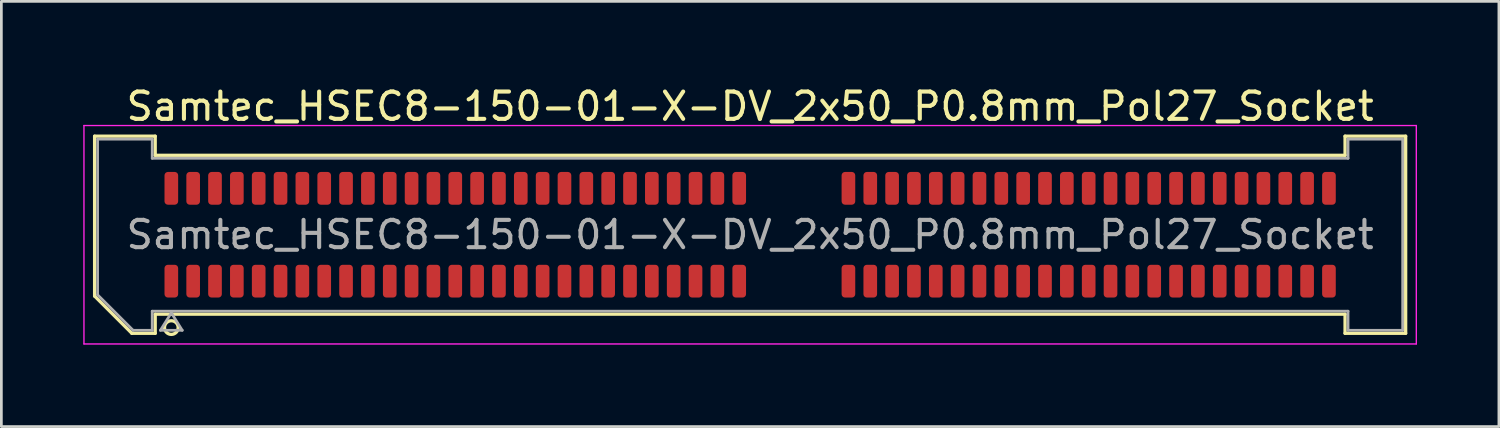
<source format=kicad_pcb>
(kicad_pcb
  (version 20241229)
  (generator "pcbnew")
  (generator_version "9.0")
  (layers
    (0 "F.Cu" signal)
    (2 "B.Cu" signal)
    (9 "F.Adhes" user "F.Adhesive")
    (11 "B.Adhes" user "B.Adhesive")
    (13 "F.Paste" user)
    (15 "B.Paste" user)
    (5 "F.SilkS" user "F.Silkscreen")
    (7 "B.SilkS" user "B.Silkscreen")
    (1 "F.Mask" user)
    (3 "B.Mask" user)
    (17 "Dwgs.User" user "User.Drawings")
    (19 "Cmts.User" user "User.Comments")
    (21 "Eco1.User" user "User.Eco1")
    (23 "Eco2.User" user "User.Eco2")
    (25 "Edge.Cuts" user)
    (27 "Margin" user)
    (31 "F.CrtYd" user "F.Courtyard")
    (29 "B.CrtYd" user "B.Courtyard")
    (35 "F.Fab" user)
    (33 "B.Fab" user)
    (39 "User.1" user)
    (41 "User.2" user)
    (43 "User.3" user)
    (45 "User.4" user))
  (footprint "Samtec_HSEC8-150-01-X-DV_2x50_P0.8mm_Pol27_Socket"
    (layer "F.Cu")
    (at 24.425 5.548)
    (property "Reference" "Samtec_HSEC8-150-01-X-DV_2x50_P0.8mm_Pol27_Socket" (at 0 -4.7 0) (layer "F.SilkS") (effects (font (size 1 1) (thickness 0.15))))
    (attr smd)
    (fp_line (start -24.01 -3.61) (end -21.79 -3.61) (stroke (width 0.12) (type solid)) (layer "F.SilkS"))
    (fp_line (start -24.01 2.246) (end -24.01 -3.61) (stroke (width 0.12) (type solid)) (layer "F.SilkS"))
    (fp_line (start -22.646 3.61) (end -24.01 2.246) (stroke (width 0.12) (type solid)) (layer "F.SilkS"))
    (fp_line (start -21.79 -3.61) (end -21.79 -2.91) (stroke (width 0.12) (type solid)) (layer "F.SilkS"))
    (fp_line (start -21.79 -2.91) (end 21.79 -2.91) (stroke (width 0.12) (type solid)) (layer "F.SilkS"))
    (fp_line (start -21.79 2.91) (end -21.79 3.61) (stroke (width 0.12) (type solid)) (layer "F.SilkS"))
    (fp_line (start -21.79 3.61) (end -22.646 3.61) (stroke (width 0.12) (type solid)) (layer "F.SilkS"))
    (fp_line (start 21.79 -3.61) (end 24.01 -3.61) (stroke (width 0.12) (type solid)) (layer "F.SilkS"))
    (fp_line (start 21.79 -2.91) (end 21.79 -3.61) (stroke (width 0.12) (type solid)) (layer "F.SilkS"))
    (fp_line (start 21.79 2.91) (end -21.79 2.91) (stroke (width 0.12) (type solid)) (layer "F.SilkS"))
    (fp_line (start 21.79 3.61) (end 21.79 2.91) (stroke (width 0.12) (type solid)) (layer "F.SilkS"))
    (fp_line (start 24.01 -3.61) (end 24.01 3.61) (stroke (width 0.12) (type solid)) (layer "F.SilkS"))
    (fp_line (start 24.01 3.61) (end 21.79 3.61) (stroke (width 0.12) (type solid)) (layer "F.SilkS"))
    (fp_circle (center -21.2 3.4) (end -20.95 3.4) (stroke (width 0.12) (type solid)) (fill no) (layer "F.SilkS"))
    (fp_line (start -24.4 -4) (end -24.4 4) (stroke (width 0.05) (type solid)) (layer "F.CrtYd"))
    (fp_line (start -24.4 4) (end 24.4 4) (stroke (width 0.05) (type solid)) (layer "F.CrtYd"))
    (fp_line (start 24.4 -4) (end -24.4 -4) (stroke (width 0.05) (type solid)) (layer "F.CrtYd"))
    (fp_line (start 24.4 4) (end 24.4 -4) (stroke (width 0.05) (type solid)) (layer "F.CrtYd"))
    (fp_line (start -23.9 -3.5) (end -21.9 -3.5) (stroke (width 0.1) (type solid)) (layer "F.Fab"))
    (fp_line (start -23.9 2.2) (end -23.9 -3.5) (stroke (width 0.1) (type solid)) (layer "F.Fab"))
    (fp_line (start -22.6 3.5) (end -23.9 2.2) (stroke (width 0.1) (type solid)) (layer "F.Fab"))
    (fp_line (start -21.9 -3.5) (end -21.9 -2.8) (stroke (width 0.1) (type solid)) (layer "F.Fab"))
    (fp_line (start -21.9 -2.8) (end 21.9 -2.8) (stroke (width 0.1) (type solid)) (layer "F.Fab"))
    (fp_line (start -21.9 2.8) (end -21.9 3.5) (stroke (width 0.1) (type solid)) (layer "F.Fab"))
    (fp_line (start -21.9 3.5) (end -22.6 3.5) (stroke (width 0.1) (type solid)) (layer "F.Fab"))
    (fp_line (start -21.6 3.5) (end -21.2 2.86) (stroke (width 0.1) (type solid)) (layer "F.Fab"))
    (fp_line (start -21.2 2.86) (end -20.8 3.5) (stroke (width 0.1) (type solid)) (layer "F.Fab"))
    (fp_line (start -20.8 3.5) (end -21.6 3.5) (stroke (width 0.1) (type solid)) (layer "F.Fab"))
    (fp_line (start 21.9 -3.5) (end 23.9 -3.5) (stroke (width 0.1) (type solid)) (layer "F.Fab"))
    (fp_line (start 21.9 -2.8) (end 21.9 -3.5) (stroke (width 0.1) (type solid)) (layer "F.Fab"))
    (fp_line (start 21.9 2.8) (end -21.9 2.8) (stroke (width 0.1) (type solid)) (layer "F.Fab"))
    (fp_line (start 21.9 3.5) (end 21.9 2.8) (stroke (width 0.1) (type solid)) (layer "F.Fab"))
    (fp_line (start 23.9 -3.5) (end 23.9 3.5) (stroke (width 0.1) (type solid)) (layer "F.Fab"))
    (fp_line (start 23.9 3.5) (end 21.9 3.5) (stroke (width 0.1) (type solid)) (layer "F.Fab"))
    (fp_text user "${REFERENCE}" (at 0 0 0) (layer "F.Fab") (effects (font (size 1 1) (thickness 0.15))))
    (pad "1" smd roundrect (at -21.2 1.7) (size 0.5 1.2) (layers "F.Cu" "F.Mask" "F.Paste") (roundrect_rratio 0.25))
    (pad "2" smd roundrect (at -21.2 -1.7) (size 0.5 1.2) (layers "F.Cu" "F.Mask" "F.Paste") (roundrect_rratio 0.25))
    (pad "3" smd roundrect (at -20.4 1.7) (size 0.5 1.2) (layers "F.Cu" "F.Mask" "F.Paste") (roundrect_rratio 0.25))
    (pad "4" smd roundrect (at -20.4 -1.7) (size 0.5 1.2) (layers "F.Cu" "F.Mask" "F.Paste") (roundrect_rratio 0.25))
    (pad "5" smd roundrect (at -19.6 1.7) (size 0.5 1.2) (layers "F.Cu" "F.Mask" "F.Paste") (roundrect_rratio 0.25))
    (pad "6" smd roundrect (at -19.6 -1.7) (size 0.5 1.2) (layers "F.Cu" "F.Mask" "F.Paste") (roundrect_rratio 0.25))
    (pad "7" smd roundrect (at -18.8 1.7) (size 0.5 1.2) (layers "F.Cu" "F.Mask" "F.Paste") (roundrect_rratio 0.25))
    (pad "8" smd roundrect (at -18.8 -1.7) (size 0.5 1.2) (layers "F.Cu" "F.Mask" "F.Paste") (roundrect_rratio 0.25))
    (pad "9" smd roundrect (at -18 1.7) (size 0.5 1.2) (layers "F.Cu" "F.Mask" "F.Paste") (roundrect_rratio 0.25))
    (pad "10" smd roundrect (at -18 -1.7) (size 0.5 1.2) (layers "F.Cu" "F.Mask" "F.Paste") (roundrect_rratio 0.25))
    (pad "11" smd roundrect (at -17.2 1.7) (size 0.5 1.2) (layers "F.Cu" "F.Mask" "F.Paste") (roundrect_rratio 0.25))
    (pad "12" smd roundrect (at -17.2 -1.7) (size 0.5 1.2) (layers "F.Cu" "F.Mask" "F.Paste") (roundrect_rratio 0.25))
    (pad "13" smd roundrect (at -16.4 1.7) (size 0.5 1.2) (layers "F.Cu" "F.Mask" "F.Paste") (roundrect_rratio 0.25))
    (pad "14" smd roundrect (at -16.4 -1.7) (size 0.5 1.2) (layers "F.Cu" "F.Mask" "F.Paste") (roundrect_rratio 0.25))
    (pad "15" smd roundrect (at -15.6 1.7) (size 0.5 1.2) (layers "F.Cu" "F.Mask" "F.Paste") (roundrect_rratio 0.25))
    (pad "16" smd roundrect (at -15.6 -1.7) (size 0.5 1.2) (layers "F.Cu" "F.Mask" "F.Paste") (roundrect_rratio 0.25))
    (pad "17" smd roundrect (at -14.8 1.7) (size 0.5 1.2) (layers "F.Cu" "F.Mask" "F.Paste") (roundrect_rratio 0.25))
    (pad "18" smd roundrect (at -14.8 -1.7) (size 0.5 1.2) (layers "F.Cu" "F.Mask" "F.Paste") (roundrect_rratio 0.25))
    (pad "19" smd roundrect (at -14 1.7) (size 0.5 1.2) (layers "F.Cu" "F.Mask" "F.Paste") (roundrect_rratio 0.25))
    (pad "20" smd roundrect (at -14 -1.7) (size 0.5 1.2) (layers "F.Cu" "F.Mask" "F.Paste") (roundrect_rratio 0.25))
    (pad "21" smd roundrect (at -13.2 1.7) (size 0.5 1.2) (layers "F.Cu" "F.Mask" "F.Paste") (roundrect_rratio 0.25))
    (pad "22" smd roundrect (at -13.2 -1.7) (size 0.5 1.2) (layers "F.Cu" "F.Mask" "F.Paste") (roundrect_rratio 0.25))
    (pad "23" smd roundrect (at -12.4 1.7) (size 0.5 1.2) (layers "F.Cu" "F.Mask" "F.Paste") (roundrect_rratio 0.25))
    (pad "24" smd roundrect (at -12.4 -1.7) (size 0.5 1.2) (layers "F.Cu" "F.Mask" "F.Paste") (roundrect_rratio 0.25))
    (pad "25" smd roundrect (at -11.6 1.7) (size 0.5 1.2) (layers "F.Cu" "F.Mask" "F.Paste") (roundrect_rratio 0.25))
    (pad "26" smd roundrect (at -11.6 -1.7) (size 0.5 1.2) (layers "F.Cu" "F.Mask" "F.Paste") (roundrect_rratio 0.25))
    (pad "27" smd roundrect (at -10.8 1.7) (size 0.5 1.2) (layers "F.Cu" "F.Mask" "F.Paste") (roundrect_rratio 0.25))
    (pad "28" smd roundrect (at -10.8 -1.7) (size 0.5 1.2) (layers "F.Cu" "F.Mask" "F.Paste") (roundrect_rratio 0.25))
    (pad "29" smd roundrect (at -10 1.7) (size 0.5 1.2) (layers "F.Cu" "F.Mask" "F.Paste") (roundrect_rratio 0.25))
    (pad "30" smd roundrect (at -10 -1.7) (size 0.5 1.2) (layers "F.Cu" "F.Mask" "F.Paste") (roundrect_rratio 0.25))
    (pad "31" smd roundrect (at -9.2 1.7) (size 0.5 1.2) (layers "F.Cu" "F.Mask" "F.Paste") (roundrect_rratio 0.25))
    (pad "32" smd roundrect (at -9.2 -1.7) (size 0.5 1.2) (layers "F.Cu" "F.Mask" "F.Paste") (roundrect_rratio 0.25))
    (pad "33" smd roundrect (at -8.4 1.7) (size 0.5 1.2) (layers "F.Cu" "F.Mask" "F.Paste") (roundrect_rratio 0.25))
    (pad "34" smd roundrect (at -8.4 -1.7) (size 0.5 1.2) (layers "F.Cu" "F.Mask" "F.Paste") (roundrect_rratio 0.25))
    (pad "35" smd roundrect (at -7.6 1.7) (size 0.5 1.2) (layers "F.Cu" "F.Mask" "F.Paste") (roundrect_rratio 0.25))
    (pad "36" smd roundrect (at -7.6 -1.7) (size 0.5 1.2) (layers "F.Cu" "F.Mask" "F.Paste") (roundrect_rratio 0.25))
    (pad "37" smd roundrect (at -6.8 1.7) (size 0.5 1.2) (layers "F.Cu" "F.Mask" "F.Paste") (roundrect_rratio 0.25))
    (pad "38" smd roundrect (at -6.8 -1.7) (size 0.5 1.2) (layers "F.Cu" "F.Mask" "F.Paste") (roundrect_rratio 0.25))
    (pad "39" smd roundrect (at -6 1.7) (size 0.5 1.2) (layers "F.Cu" "F.Mask" "F.Paste") (roundrect_rratio 0.25))
    (pad "40" smd roundrect (at -6 -1.7) (size 0.5 1.2) (layers "F.Cu" "F.Mask" "F.Paste") (roundrect_rratio 0.25))
    (pad "41" smd roundrect (at -5.2 1.7) (size 0.5 1.2) (layers "F.Cu" "F.Mask" "F.Paste") (roundrect_rratio 0.25))
    (pad "42" smd roundrect (at -5.2 -1.7) (size 0.5 1.2) (layers "F.Cu" "F.Mask" "F.Paste") (roundrect_rratio 0.25))
    (pad "43" smd roundrect (at -4.4 1.7) (size 0.5 1.2) (layers "F.Cu" "F.Mask" "F.Paste") (roundrect_rratio 0.25))
    (pad "44" smd roundrect (at -4.4 -1.7) (size 0.5 1.2) (layers "F.Cu" "F.Mask" "F.Paste") (roundrect_rratio 0.25))
    (pad "45" smd roundrect (at -3.6 1.7) (size 0.5 1.2) (layers "F.Cu" "F.Mask" "F.Paste") (roundrect_rratio 0.25))
    (pad "46" smd roundrect (at -3.6 -1.7) (size 0.5 1.2) (layers "F.Cu" "F.Mask" "F.Paste") (roundrect_rratio 0.25))
    (pad "47" smd roundrect (at -2.8 1.7) (size 0.5 1.2) (layers "F.Cu" "F.Mask" "F.Paste") (roundrect_rratio 0.25))
    (pad "48" smd roundrect (at -2.8 -1.7) (size 0.5 1.2) (layers "F.Cu" "F.Mask" "F.Paste") (roundrect_rratio 0.25))
    (pad "49" smd roundrect (at -2 1.7) (size 0.5 1.2) (layers "F.Cu" "F.Mask" "F.Paste") (roundrect_rratio 0.25))
    (pad "50" smd roundrect (at -2 -1.7) (size 0.5 1.2) (layers "F.Cu" "F.Mask" "F.Paste") (roundrect_rratio 0.25))
    (pad "51" smd roundrect (at -1.2 1.7) (size 0.5 1.2) (layers "F.Cu" "F.Mask" "F.Paste") (roundrect_rratio 0.25))
    (pad "52" smd roundrect (at -1.2 -1.7) (size 0.5 1.2) (layers "F.Cu" "F.Mask" "F.Paste") (roundrect_rratio 0.25))
    (pad "53" smd roundrect (at -0.4 1.7) (size 0.5 1.2) (layers "F.Cu" "F.Mask" "F.Paste") (roundrect_rratio 0.25))
    (pad "54" smd roundrect (at -0.4 -1.7) (size 0.5 1.2) (layers "F.Cu" "F.Mask" "F.Paste") (roundrect_rratio 0.25))
    (pad "55" smd roundrect (at 3.6 1.7) (size 0.5 1.2) (layers "F.Cu" "F.Mask" "F.Paste") (roundrect_rratio 0.25))
    (pad "56" smd roundrect (at 3.6 -1.7) (size 0.5 1.2) (layers "F.Cu" "F.Mask" "F.Paste") (roundrect_rratio 0.25))
    (pad "57" smd roundrect (at 4.4 1.7) (size 0.5 1.2) (layers "F.Cu" "F.Mask" "F.Paste") (roundrect_rratio 0.25))
    (pad "58" smd roundrect (at 4.4 -1.7) (size 0.5 1.2) (layers "F.Cu" "F.Mask" "F.Paste") (roundrect_rratio 0.25))
    (pad "59" smd roundrect (at 5.2 1.7) (size 0.5 1.2) (layers "F.Cu" "F.Mask" "F.Paste") (roundrect_rratio 0.25))
    (pad "60" smd roundrect (at 5.2 -1.7) (size 0.5 1.2) (layers "F.Cu" "F.Mask" "F.Paste") (roundrect_rratio 0.25))
    (pad "61" smd roundrect (at 6 1.7) (size 0.5 1.2) (layers "F.Cu" "F.Mask" "F.Paste") (roundrect_rratio 0.25))
    (pad "62" smd roundrect (at 6 -1.7) (size 0.5 1.2) (layers "F.Cu" "F.Mask" "F.Paste") (roundrect_rratio 0.25))
    (pad "63" smd roundrect (at 6.8 1.7) (size 0.5 1.2) (layers "F.Cu" "F.Mask" "F.Paste") (roundrect_rratio 0.25))
    (pad "64" smd roundrect (at 6.8 -1.7) (size 0.5 1.2) (layers "F.Cu" "F.Mask" "F.Paste") (roundrect_rratio 0.25))
    (pad "65" smd roundrect (at 7.6 1.7) (size 0.5 1.2) (layers "F.Cu" "F.Mask" "F.Paste") (roundrect_rratio 0.25))
    (pad "66" smd roundrect (at 7.6 -1.7) (size 0.5 1.2) (layers "F.Cu" "F.Mask" "F.Paste") (roundrect_rratio 0.25))
    (pad "67" smd roundrect (at 8.4 1.7) (size 0.5 1.2) (layers "F.Cu" "F.Mask" "F.Paste") (roundrect_rratio 0.25))
    (pad "68" smd roundrect (at 8.4 -1.7) (size 0.5 1.2) (layers "F.Cu" "F.Mask" "F.Paste") (roundrect_rratio 0.25))
    (pad "69" smd roundrect (at 9.2 1.7) (size 0.5 1.2) (layers "F.Cu" "F.Mask" "F.Paste") (roundrect_rratio 0.25))
    (pad "70" smd roundrect (at 9.2 -1.7) (size 0.5 1.2) (layers "F.Cu" "F.Mask" "F.Paste") (roundrect_rratio 0.25))
    (pad "71" smd roundrect (at 10 1.7) (size 0.5 1.2) (layers "F.Cu" "F.Mask" "F.Paste") (roundrect_rratio 0.25))
    (pad "72" smd roundrect (at 10 -1.7) (size 0.5 1.2) (layers "F.Cu" "F.Mask" "F.Paste") (roundrect_rratio 0.25))
    (pad "73" smd roundrect (at 10.8 1.7) (size 0.5 1.2) (layers "F.Cu" "F.Mask" "F.Paste") (roundrect_rratio 0.25))
    (pad "74" smd roundrect (at 10.8 -1.7) (size 0.5 1.2) (layers "F.Cu" "F.Mask" "F.Paste") (roundrect_rratio 0.25))
    (pad "75" smd roundrect (at 11.6 1.7) (size 0.5 1.2) (layers "F.Cu" "F.Mask" "F.Paste") (roundrect_rratio 0.25))
    (pad "76" smd roundrect (at 11.6 -1.7) (size 0.5 1.2) (layers "F.Cu" "F.Mask" "F.Paste") (roundrect_rratio 0.25))
    (pad "77" smd roundrect (at 12.4 1.7) (size 0.5 1.2) (layers "F.Cu" "F.Mask" "F.Paste") (roundrect_rratio 0.25))
    (pad "78" smd roundrect (at 12.4 -1.7) (size 0.5 1.2) (layers "F.Cu" "F.Mask" "F.Paste") (roundrect_rratio 0.25))
    (pad "79" smd roundrect (at 13.2 1.7) (size 0.5 1.2) (layers "F.Cu" "F.Mask" "F.Paste") (roundrect_rratio 0.25))
    (pad "80" smd roundrect (at 13.2 -1.7) (size 0.5 1.2) (layers "F.Cu" "F.Mask" "F.Paste") (roundrect_rratio 0.25))
    (pad "81" smd roundrect (at 14 1.7) (size 0.5 1.2) (layers "F.Cu" "F.Mask" "F.Paste") (roundrect_rratio 0.25))
    (pad "82" smd roundrect (at 14 -1.7) (size 0.5 1.2) (layers "F.Cu" "F.Mask" "F.Paste") (roundrect_rratio 0.25))
    (pad "83" smd roundrect (at 14.8 1.7) (size 0.5 1.2) (layers "F.Cu" "F.Mask" "F.Paste") (roundrect_rratio 0.25))
    (pad "84" smd roundrect (at 14.8 -1.7) (size 0.5 1.2) (layers "F.Cu" "F.Mask" "F.Paste") (roundrect_rratio 0.25))
    (pad "85" smd roundrect (at 15.6 1.7) (size 0.5 1.2) (layers "F.Cu" "F.Mask" "F.Paste") (roundrect_rratio 0.25))
    (pad "86" smd roundrect (at 15.6 -1.7) (size 0.5 1.2) (layers "F.Cu" "F.Mask" "F.Paste") (roundrect_rratio 0.25))
    (pad "87" smd roundrect (at 16.4 1.7) (size 0.5 1.2) (layers "F.Cu" "F.Mask" "F.Paste") (roundrect_rratio 0.25))
    (pad "88" smd roundrect (at 16.4 -1.7) (size 0.5 1.2) (layers "F.Cu" "F.Mask" "F.Paste") (roundrect_rratio 0.25))
    (pad "89" smd roundrect (at 17.2 1.7) (size 0.5 1.2) (layers "F.Cu" "F.Mask" "F.Paste") (roundrect_rratio 0.25))
    (pad "90" smd roundrect (at 17.2 -1.7) (size 0.5 1.2) (layers "F.Cu" "F.Mask" "F.Paste") (roundrect_rratio 0.25))
    (pad "91" smd roundrect (at 18 1.7) (size 0.5 1.2) (layers "F.Cu" "F.Mask" "F.Paste") (roundrect_rratio 0.25))
    (pad "92" smd roundrect (at 18 -1.7) (size 0.5 1.2) (layers "F.Cu" "F.Mask" "F.Paste") (roundrect_rratio 0.25))
    (pad "93" smd roundrect (at 18.8 1.7) (size 0.5 1.2) (layers "F.Cu" "F.Mask" "F.Paste") (roundrect_rratio 0.25))
    (pad "94" smd roundrect (at 18.8 -1.7) (size 0.5 1.2) (layers "F.Cu" "F.Mask" "F.Paste") (roundrect_rratio 0.25))
    (pad "95" smd roundrect (at 19.6 1.7) (size 0.5 1.2) (layers "F.Cu" "F.Mask" "F.Paste") (roundrect_rratio 0.25))
    (pad "96" smd roundrect (at 19.6 -1.7) (size 0.5 1.2) (layers "F.Cu" "F.Mask" "F.Paste") (roundrect_rratio 0.25))
    (pad "97" smd roundrect (at 20.4 1.7) (size 0.5 1.2) (layers "F.Cu" "F.Mask" "F.Paste") (roundrect_rratio 0.25))
    (pad "98" smd roundrect (at 20.4 -1.7) (size 0.5 1.2) (layers "F.Cu" "F.Mask" "F.Paste") (roundrect_rratio 0.25))
    (pad "99" smd roundrect (at 21.2 1.7) (size 0.5 1.2) (layers "F.Cu" "F.Mask" "F.Paste") (roundrect_rratio 0.25))
    (pad "100" smd roundrect (at 21.2 -1.7) (size 0.5 1.2) (layers "F.Cu" "F.Mask" "F.Paste") (roundrect_rratio 0.25)))
  (gr_rect
    (start -3 -3)
    (end 51.85 12.573)
    (stroke (width 0.1) (type default))
    (fill no)
    (layer "Edge.Cuts")))
</source>
